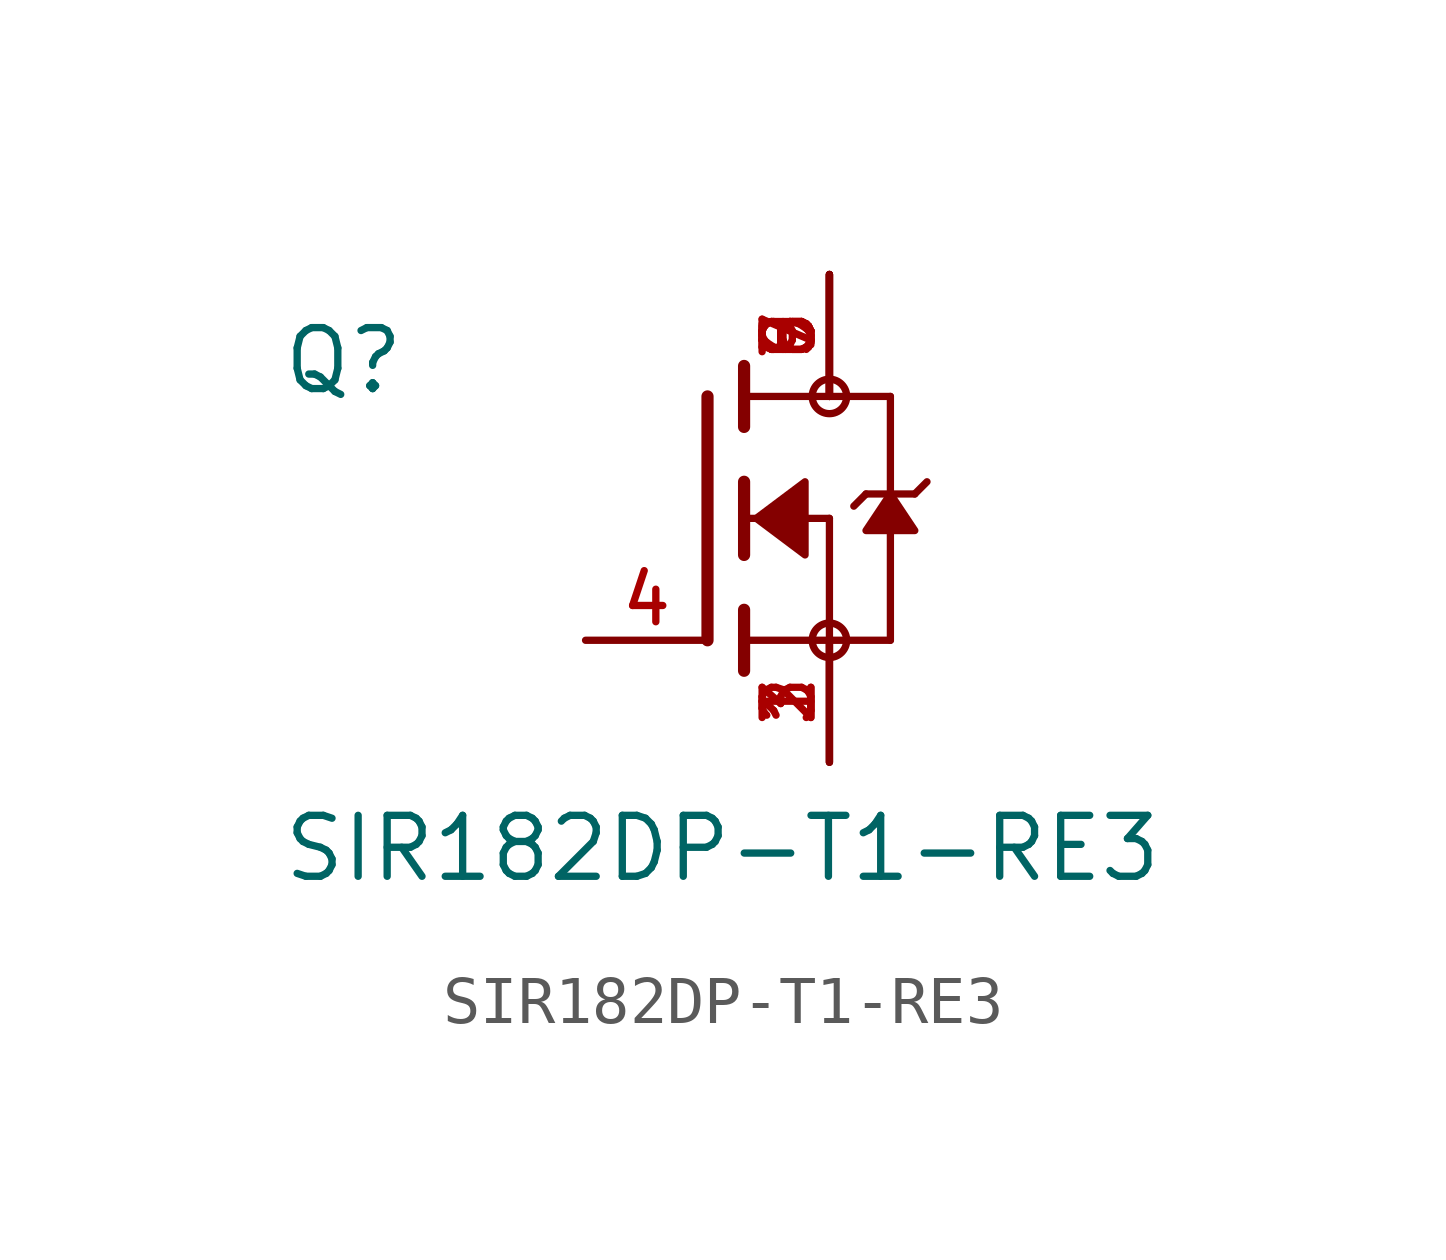
<source format=kicad_sym>
(kicad_symbol_lib
  (version 20211014)
  (generator kicad_symbol_editor)
  (symbol "SIR182DP-T1-RE3"
    (pin_names
      (offset 1.016))
    (property "Reference" "Q"
      (at -8.89 2.54 0)
      (effects (font (size 1.27 1.27)) (justify bottom left)))
    (property "Value" "SIR182DP-T1-RE3"
      (at -8.89 -7.62 0)
      (effects (font (size 1.27 1.27)) (justify bottom left)))
    (symbol "SIR182DP-T1-RE3_0_0"
      (polyline (pts (xy 0.762 0.762) (xy 0.762 0.0)) (stroke (width 0.254)))
      (polyline (pts (xy 0.762 0.0) (xy 0.762 -0.762)) (stroke (width 0.254)))
      (polyline (pts (xy 0.762 3.175) (xy 0.762 2.54)) (stroke (width 0.254)))
      (polyline (pts (xy 0.762 2.54) (xy 0.762 1.905)) (stroke (width 0.254)))
      (polyline (pts (xy 0.762 0.0) (xy 2.54 0.0)) (stroke (width 0.152)))
      (polyline (pts (xy 2.54 0.0) (xy 2.54 -2.54)) (stroke (width 0.152)))
      (polyline (pts (xy 0.762 -1.905) (xy 0.762 -3.175)) (stroke (width 0.254)))
      (polyline (pts (xy 0.0 2.54) (xy 0.0 -2.54)) (stroke (width 0.254)))
      (polyline (pts (xy 3.81 -2.54) (xy 0.762 -2.54)) (stroke (width 0.152)))
      (polyline (pts (xy 3.81 2.54) (xy 3.81 0.508)) (stroke (width 0.152)))
      (polyline (pts (xy 3.81 0.508) (xy 3.81 -2.54)) (stroke (width 0.152)))
      (polyline (pts (xy 0.762 2.54) (xy 3.81 2.54)) (stroke (width 0.152)))
      (polyline (pts (xy 4.572 0.762) (xy 4.318 0.508)) (stroke (width 0.152)))
      (polyline (pts (xy 4.318 0.508) (xy 3.81 0.508)) (stroke (width 0.152)))
      (polyline (pts (xy 3.81 0.508) (xy 3.302 0.508)) (stroke (width 0.152)))
      (polyline (pts (xy 3.302 0.508) (xy 3.048 0.254)) (stroke (width 0.152)))
      (circle (center 2.54 -2.54) (radius 0.359) (stroke (width 0.0)) (fill (type none)))
      (circle (center 2.54 2.54) (radius 0.359) (stroke (width 0.0)) (fill (type none)))
      (polyline (pts (xy 3.81 0.508) (xy 3.302 -0.254) (xy 4.318 -0.254) (xy 3.81 0.508)) (stroke (width 0.152)) (fill (type outline)))
      (polyline (pts (xy 1.016 0.0) (xy 2.032 0.762) (xy 2.032 -0.762) (xy 1.016 0.0)) (stroke (width 0.152)) (fill (type outline)))
      (pin passive line (at 2.54 -5.08 90.0) (length 2.54) (name "~" (effects (font (size 1.016 1.016)))) (number "1" (effects (font (size 1.016 1.016)))))
      (pin passive line (at -2.54 -2.54 0) (length 2.54) (name "~" (effects (font (size 1.016 1.016)))) (number "4" (effects (font (size 1.016 1.016)))))
      (pin passive line (at 2.54 5.08 270.0) (length 2.54) (name "~" (effects (font (size 1.016 1.016)))) (number "5" (effects (font (size 1.016 1.016)))))
      (pin passive line (at 2.54 -5.08 90.0) (length 2.54) (name "~" (effects (font (size 1.016 1.016)))) (number "2" (effects (font (size 1.016 1.016)))))
      (pin passive line (at 2.54 -5.08 90.0) (length 2.54) (name "~" (effects (font (size 1.016 1.016)))) (number "3" (effects (font (size 1.016 1.016)))))
      (pin passive line (at 2.54 5.08 270.0) (length 2.54) (name "~" (effects (font (size 1.016 1.016)))) (number "6" (effects (font (size 1.016 1.016)))))
      (pin passive line (at 2.54 5.08 270.0) (length 2.54) (name "~" (effects (font (size 1.016 1.016)))) (number "7" (effects (font (size 1.016 1.016)))))
      (pin passive line (at 2.54 5.08 270.0) (length 2.54) (name "~" (effects (font (size 1.016 1.016)))) (number "8" (effects (font (size 1.016 1.016)))))
      (pin passive line (at 2.54 5.08 270.0) (length 2.54) (name "~" (effects (font (size 1.016 1.016)))) (number "9" (effects (font (size 1.016 1.016))))))))
</source>
